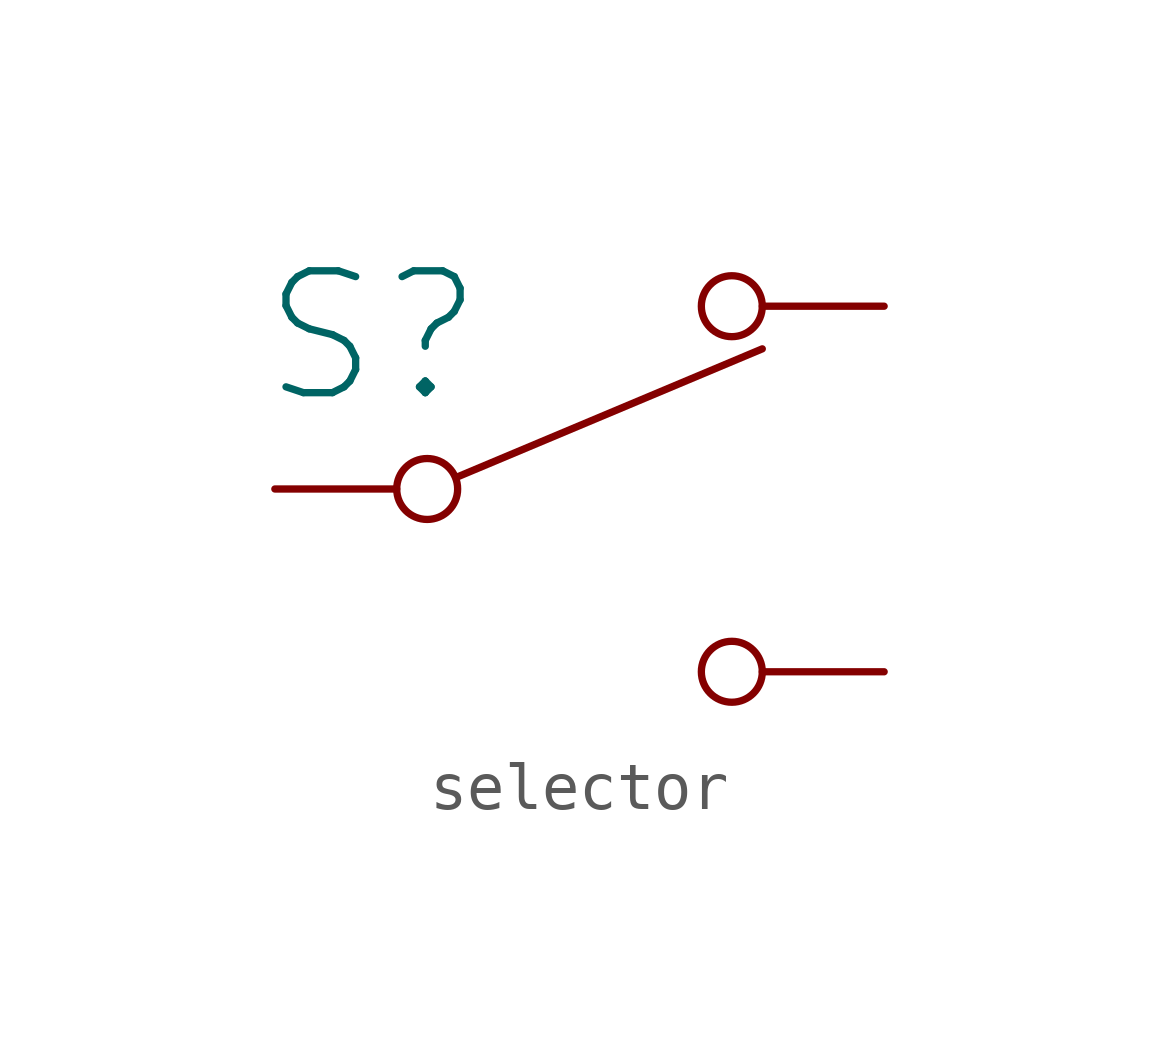
<source format=kicad_sym>
(kicad_symbol_lib
  (version 20211014)
  (generator kicad_symbol_editor)
  (symbol "selector"
    (pin_names
      (offset 1.016))
    (property "Reference" "S"
      (at 4.445 3.175 0)
      (effects (font (size 2.54 2.54)) (justify right)))
    (symbol "selector_0_0"
      (circle (center 3.175 0) (radius 0.635) (stroke (width 0) (type default) (color 0 0 0 0)) (fill (type none)))
      (circle (center 9.525 -3.81) (radius 0.635) (stroke (width 0) (type default) (color 0 0 0 0)) (fill (type none)))
      (circle (center 9.525 3.81) (radius 0.635) (stroke (width 0) (type default) (color 0 0 0 0)) (fill (type none))))
    (symbol "selector_0_1"
      (polyline (pts (xy 10.16 2.921) (xy 3.81 0.254)) (stroke (width 0) (type default) (color 0 0 0 0)) (fill (type none))))
    (symbol "selector_1_1"
      (pin input line (at 0 0 0) (length 2.54) (name "~" (effects (font (size 1.27 1.27)))) (number "~" (effects (font (size 1.143 1.143)))))
      (pin input line (at 12.7 -3.81 180) (length 2.54) (name "~" (effects (font (size 1.27 1.27)))) (number "~" (effects (font (size 1.143 1.143)))))
      (pin input line (at 12.7 3.81 180) (length 2.54) (name "~" (effects (font (size 1.27 1.27)))) (number "~" (effects (font (size 1.143 1.143))))))))
</source>
